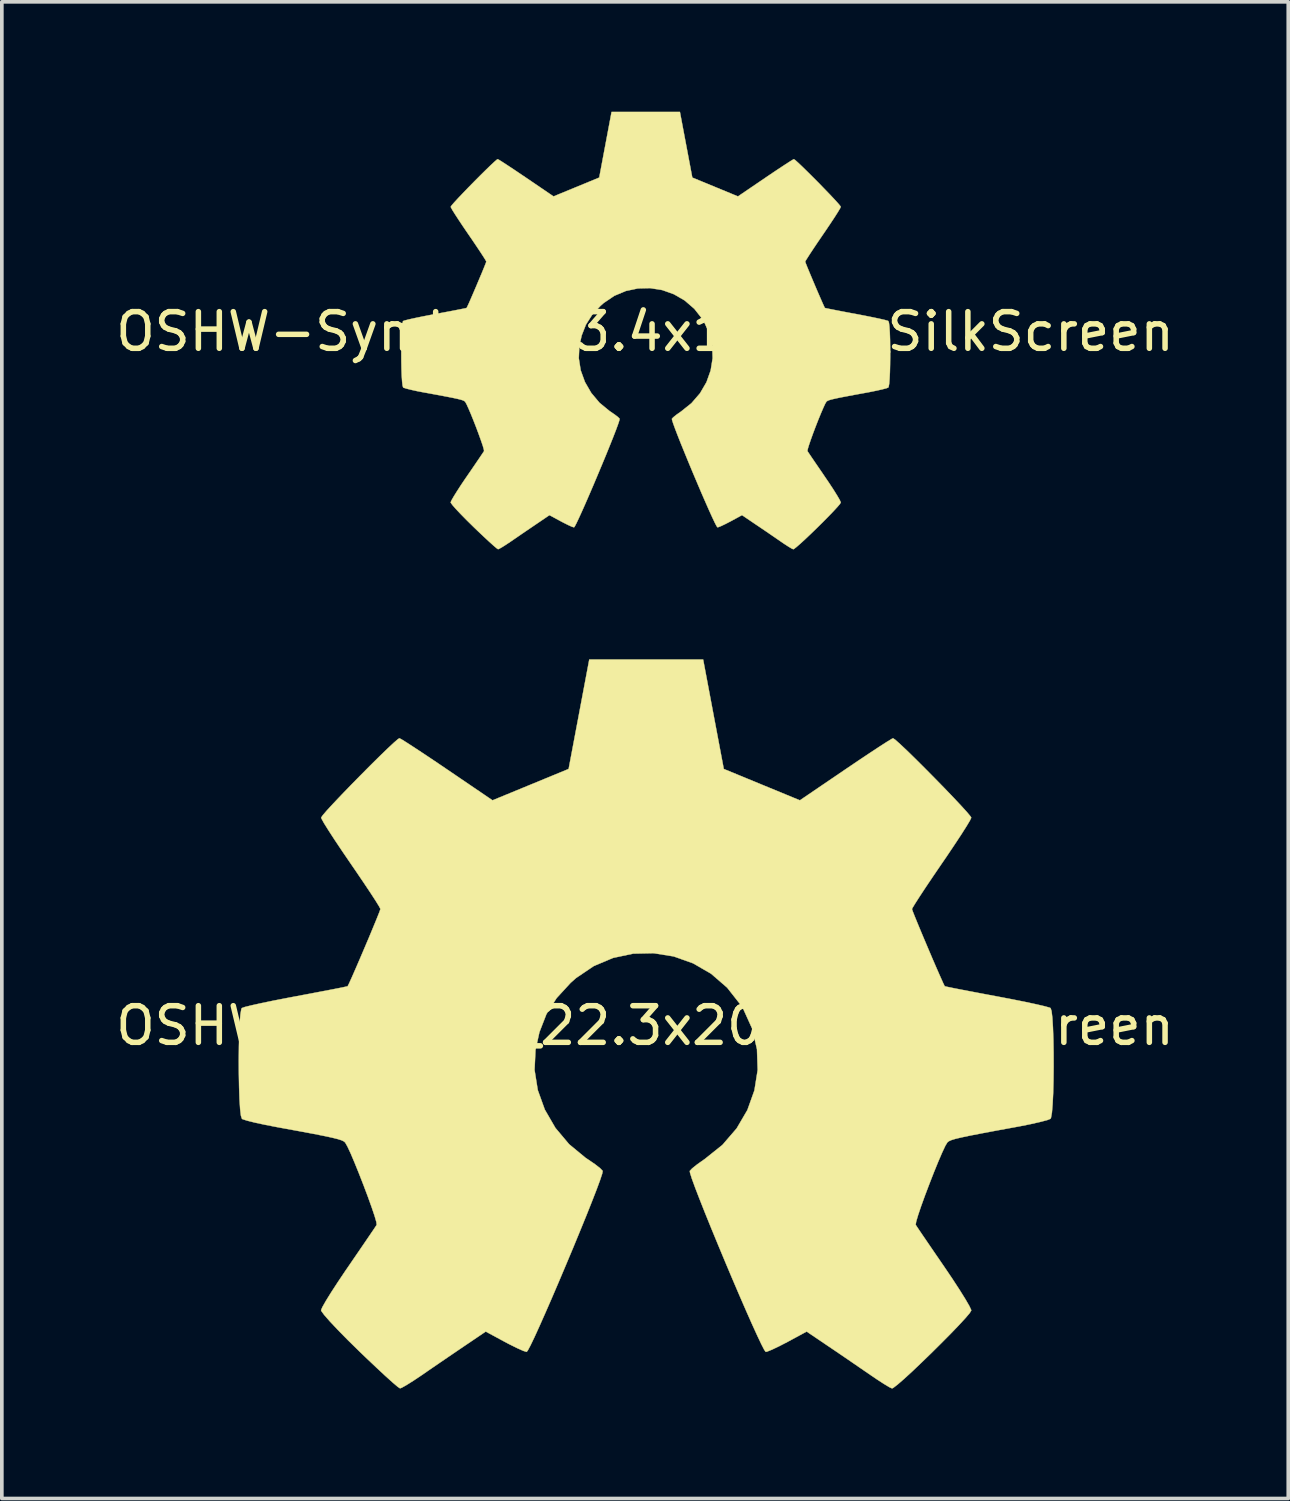
<source format=kicad_pcb>
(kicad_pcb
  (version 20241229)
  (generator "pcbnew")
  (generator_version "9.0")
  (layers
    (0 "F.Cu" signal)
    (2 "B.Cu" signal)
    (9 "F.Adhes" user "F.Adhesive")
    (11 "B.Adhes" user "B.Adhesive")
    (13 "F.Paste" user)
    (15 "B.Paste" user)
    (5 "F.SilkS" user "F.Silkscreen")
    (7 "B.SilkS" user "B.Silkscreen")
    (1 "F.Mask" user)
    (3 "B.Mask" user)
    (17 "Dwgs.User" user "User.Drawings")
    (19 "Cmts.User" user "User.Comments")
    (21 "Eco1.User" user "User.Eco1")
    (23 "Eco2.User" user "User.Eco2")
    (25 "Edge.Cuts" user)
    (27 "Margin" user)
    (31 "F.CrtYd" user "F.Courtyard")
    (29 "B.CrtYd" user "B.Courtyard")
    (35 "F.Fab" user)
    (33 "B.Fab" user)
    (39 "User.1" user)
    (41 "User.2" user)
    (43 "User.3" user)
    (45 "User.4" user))
  (footprint "OSHW-Symbol_13.4x12mm_SilkScreen"
    (layer "F.Cu")
    (at 14.554 6)
    (property "Reference" "OSHW-Symbol_13.4x12mm_SilkScreen" (at 0 0 0) (layer "F.SilkS") (effects (font (size 1 1) (thickness 0.15))))
    (attr exclude_from_pos_files exclude_from_bom)
    (fp_poly (pts (xy 1.12 -5.099) (xy 1.289 -4.204) (xy 1.912 -3.947) (xy 2.535 -3.69) (xy 3.282 -4.198) (xy 3.492 -4.34) (xy 3.681 -4.466) (xy 3.841 -4.571) (xy 3.964 -4.65) (xy 4.04 -4.696) (xy 4.06 -4.706) (xy 4.098 -4.681) (xy 4.177 -4.61) (xy 4.29 -4.503) (xy 4.428 -4.368) (xy 4.581 -4.216) (xy 4.741 -4.055) (xy 4.898 -3.893) (xy 5.045 -3.741) (xy 5.171 -3.607) (xy 5.268 -3.5) (xy 5.327 -3.429) (xy 5.341 -3.406) (xy 5.321 -3.362) (xy 5.264 -3.267) (xy 5.176 -3.128) (xy 5.063 -2.957) (xy 4.932 -2.762) (xy 4.856 -2.651) (xy 4.717 -2.447) (xy 4.594 -2.264) (xy 4.492 -2.109) (xy 4.418 -1.993) (xy 4.376 -1.924) (xy 4.37 -1.909) (xy 4.384 -1.868) (xy 4.422 -1.772) (xy 4.479 -1.634) (xy 4.548 -1.469) (xy 4.624 -1.289) (xy 4.701 -1.108) (xy 4.774 -0.94) (xy 4.836 -0.798) (xy 4.882 -0.696) (xy 4.906 -0.648) (xy 4.907 -0.646) (xy 4.945 -0.637) (xy 5.046 -0.616) (xy 5.2 -0.586) (xy 5.395 -0.548) (xy 5.622 -0.505) (xy 5.755 -0.481) (xy 5.998 -0.434) (xy 6.217 -0.39) (xy 6.402 -0.351) (xy 6.541 -0.319) (xy 6.623 -0.296) (xy 6.639 -0.289) (xy 6.656 -0.24) (xy 6.669 -0.129) (xy 6.679 0.03) (xy 6.686 0.226) (xy 6.689 0.444) (xy 6.69 0.672) (xy 6.687 0.897) (xy 6.682 1.106) (xy 6.673 1.286) (xy 6.662 1.424) (xy 6.647 1.507) (xy 6.638 1.525) (xy 6.586 1.546) (xy 6.474 1.575) (xy 6.318 1.61) (xy 6.133 1.648) (xy 6.069 1.66) (xy 5.757 1.717) (xy 5.511 1.763) (xy 5.322 1.799) (xy 5.183 1.829) (xy 5.084 1.852) (xy 5.018 1.872) (xy 4.978 1.89) (xy 4.953 1.907) (xy 4.95 1.911) (xy 4.916 1.967) (xy 4.865 2.077) (xy 4.801 2.226) (xy 4.729 2.401) (xy 4.655 2.59) (xy 4.584 2.778) (xy 4.521 2.953) (xy 4.471 3.1) (xy 4.439 3.207) (xy 4.431 3.259) (xy 4.432 3.261) (xy 4.46 3.304) (xy 4.524 3.399) (xy 4.616 3.535) (xy 4.732 3.704) (xy 4.862 3.894) (xy 4.899 3.949) (xy 5.032 4.145) (xy 5.149 4.324) (xy 5.243 4.475) (xy 5.309 4.589) (xy 5.34 4.655) (xy 5.341 4.663) (xy 5.316 4.706) (xy 5.244 4.79) (xy 5.136 4.907) (xy 5.001 5.047) (xy 4.848 5.202) (xy 4.685 5.363) (xy 4.524 5.519) (xy 4.371 5.664) (xy 4.238 5.786) (xy 4.132 5.878) (xy 4.064 5.931) (xy 4.045 5.939) (xy 4 5.919) (xy 3.91 5.865) (xy 3.788 5.786) (xy 3.695 5.722) (xy 3.525 5.605) (xy 3.324 5.467) (xy 3.122 5.33) (xy 3.013 5.257) (xy 2.646 5.008) (xy 2.338 5.175) (xy 2.197 5.248) (xy 2.078 5.305) (xy 1.997 5.337) (xy 1.977 5.341) (xy 1.952 5.308) (xy 1.903 5.214) (xy 1.834 5.068) (xy 1.748 4.879) (xy 1.649 4.655) (xy 1.54 4.405) (xy 1.426 4.137) (xy 1.309 3.861) (xy 1.194 3.585) (xy 1.084 3.317) (xy 0.982 3.067) (xy 0.893 2.842) (xy 0.82 2.652) (xy 0.767 2.506) (xy 0.737 2.411) (xy 0.732 2.379) (xy 0.77 2.338) (xy 0.854 2.27) (xy 0.966 2.191) (xy 0.976 2.185) (xy 1.266 1.953) (xy 1.5 1.682) (xy 1.675 1.382) (xy 1.79 1.06) (xy 1.844 0.725) (xy 1.833 0.386) (xy 1.755 0.052) (xy 1.61 -0.269) (xy 1.567 -0.34) (xy 1.344 -0.623) (xy 1.08 -0.851) (xy 0.786 -1.021) (xy 0.469 -1.134) (xy 0.139 -1.187) (xy -0.195 -1.179) (xy -0.523 -1.11) (xy -0.838 -0.978) (xy -1.129 -0.781) (xy -1.219 -0.701) (xy -1.448 -0.452) (xy -1.615 -0.189) (xy -1.73 0.105) (xy -1.794 0.397) (xy -1.809 0.725) (xy -1.757 1.055) (xy -1.641 1.375) (xy -1.468 1.674) (xy -1.243 1.942) (xy -0.971 2.166) (xy -0.935 2.19) (xy -0.822 2.268) (xy -0.736 2.335) (xy -0.694 2.378) (xy -0.694 2.379) (xy -0.703 2.425) (xy -0.738 2.531) (xy -0.795 2.686) (xy -0.872 2.884) (xy -0.964 3.114) (xy -1.067 3.368) (xy -1.179 3.638) (xy -1.295 3.915) (xy -1.411 4.19) (xy -1.525 4.455) (xy -1.632 4.701) (xy -1.729 4.919) (xy -1.812 5.1) (xy -1.877 5.237) (xy -1.921 5.32) (xy -1.939 5.341) (xy -1.994 5.325) (xy -2.096 5.279) (xy -2.228 5.213) (xy -2.3 5.175) (xy -2.609 5.008) (xy -2.976 5.257) (xy -3.163 5.384) (xy -3.369 5.524) (xy -3.561 5.656) (xy -3.657 5.722) (xy -3.793 5.813) (xy -3.907 5.885) (xy -3.986 5.929) (xy -4.012 5.938) (xy -4.049 5.913) (xy -4.132 5.843) (xy -4.252 5.735) (xy -4.401 5.597) (xy -4.572 5.435) (xy -4.68 5.331) (xy -4.868 5.146) (xy -5.031 4.98) (xy -5.162 4.841) (xy -5.254 4.736) (xy -5.301 4.671) (xy -5.305 4.658) (xy -5.284 4.608) (xy -5.227 4.508) (xy -5.139 4.366) (xy -5.028 4.194) (xy -4.899 4.002) (xy -4.862 3.949) (xy -4.728 3.754) (xy -4.608 3.578) (xy -4.509 3.432) (xy -4.437 3.325) (xy -4.398 3.267) (xy -4.394 3.261) (xy -4.4 3.215) (xy -4.429 3.113) (xy -4.478 2.97) (xy -4.54 2.798) (xy -4.61 2.61) (xy -4.684 2.421) (xy -4.756 2.243) (xy -4.821 2.091) (xy -4.874 1.976) (xy -4.91 1.914) (xy -4.913 1.911) (xy -4.935 1.893) (xy -4.972 1.875) (xy -5.032 1.856) (xy -5.124 1.833) (xy -5.255 1.805) (xy -5.434 1.77) (xy -5.668 1.726) (xy -5.967 1.671) (xy -6.031 1.66) (xy -6.223 1.623) (xy -6.39 1.586) (xy -6.517 1.554) (xy -6.591 1.53) (xy -6.601 1.525) (xy -6.617 1.475) (xy -6.63 1.364) (xy -6.641 1.204) (xy -6.648 1.008) (xy -6.652 0.79) (xy -6.653 0.562) (xy -6.65 0.337) (xy -6.645 0.128) (xy -6.637 -0.052) (xy -6.625 -0.189) (xy -6.611 -0.272) (xy -6.602 -0.289) (xy -6.553 -0.306) (xy -6.442 -0.334) (xy -6.279 -0.37) (xy -6.076 -0.412) (xy -5.844 -0.457) (xy -5.718 -0.481) (xy -5.478 -0.526) (xy -5.264 -0.566) (xy -5.086 -0.601) (xy -4.955 -0.627) (xy -4.882 -0.642) (xy -4.87 -0.646) (xy -4.85 -0.685) (xy -4.806 -0.78) (xy -4.746 -0.917) (xy -4.675 -1.082) (xy -4.598 -1.262) (xy -4.522 -1.443) (xy -4.451 -1.611) (xy -4.392 -1.755) (xy -4.351 -1.858) (xy -4.333 -1.909) (xy -4.333 -1.911) (xy -4.353 -1.951) (xy -4.41 -2.043) (xy -4.498 -2.178) (xy -4.611 -2.347) (xy -4.742 -2.541) (xy -4.819 -2.652) (xy -4.958 -2.856) (xy -5.081 -3.041) (xy -5.183 -3.198) (xy -5.258 -3.317) (xy -5.298 -3.39) (xy -5.304 -3.406) (xy -5.279 -3.444) (xy -5.209 -3.525) (xy -5.103 -3.64) (xy -4.971 -3.779) (xy -4.821 -3.935) (xy -4.662 -4.097) (xy -4.503 -4.257) (xy -4.353 -4.405) (xy -4.221 -4.533) (xy -4.115 -4.632) (xy -4.046 -4.692) (xy -4.022 -4.706) (xy -3.984 -4.686) (xy -3.894 -4.63) (xy -3.759 -4.542) (xy -3.589 -4.43) (xy -3.393 -4.298) (xy -3.245 -4.198) (xy -2.498 -3.69) (xy -1.874 -3.947) (xy -1.251 -4.204) (xy -0.914 -5.995) (xy 0.951 -5.995) (xy 1.12 -5.099)) (stroke (width 0.01) (type solid)) (fill yes) (layer "F.SilkS")))
  (footprint "OSHW-Symbol_22.3x20mm_SilkScreen"
    (layer "F.Cu")
    (at 14.554 24.941)
    (property "Reference" "OSHW-Symbol_22.3x20mm_SilkScreen" (at 0 0 0) (layer "F.SilkS") (effects (font (size 1 1) (thickness 0.15))))
    (attr exclude_from_pos_files exclude_from_bom)
    (fp_poly (pts (xy 1.866 -8.499) (xy 2.148 -7.006) (xy 3.186 -6.578) (xy 4.225 -6.15) (xy 5.471 -6.997) (xy 5.82 -7.233) (xy 6.135 -7.443) (xy 6.402 -7.619) (xy 6.606 -7.75) (xy 6.733 -7.827) (xy 6.767 -7.844) (xy 6.83 -7.801) (xy 6.962 -7.683) (xy 7.151 -7.505) (xy 7.38 -7.281) (xy 7.635 -7.027) (xy 7.901 -6.758) (xy 8.164 -6.489) (xy 8.408 -6.235) (xy 8.618 -6.011) (xy 8.78 -5.833) (xy 8.879 -5.715) (xy 8.902 -5.676) (xy 8.868 -5.603) (xy 8.773 -5.444) (xy 8.627 -5.214) (xy 8.439 -4.929) (xy 8.22 -4.603) (xy 8.093 -4.418) (xy 7.862 -4.079) (xy 7.656 -3.773) (xy 7.487 -3.516) (xy 7.363 -3.322) (xy 7.294 -3.207) (xy 7.284 -3.182) (xy 7.307 -3.114) (xy 7.371 -2.953) (xy 7.465 -2.724) (xy 7.58 -2.448) (xy 7.707 -2.148) (xy 7.835 -1.847) (xy 7.956 -1.567) (xy 8.06 -1.331) (xy 8.136 -1.161) (xy 8.176 -1.08) (xy 8.179 -1.076) (xy 8.242 -1.061) (xy 8.41 -1.026) (xy 8.666 -0.976) (xy 8.992 -0.914) (xy 9.371 -0.842) (xy 9.591 -0.801) (xy 9.996 -0.724) (xy 10.362 -0.651) (xy 10.669 -0.585) (xy 10.901 -0.531) (xy 11.038 -0.493) (xy 11.066 -0.481) (xy 11.093 -0.4) (xy 11.115 -0.215) (xy 11.131 0.051) (xy 11.143 0.376) (xy 11.149 0.74) (xy 11.15 1.12) (xy 11.146 1.495) (xy 11.137 1.843) (xy 11.122 2.143) (xy 11.103 2.373) (xy 11.078 2.512) (xy 11.064 2.541) (xy 10.976 2.576) (xy 10.79 2.625) (xy 10.531 2.684) (xy 10.222 2.746) (xy 10.114 2.766) (xy 9.595 2.861) (xy 9.185 2.938) (xy 8.87 2.999) (xy 8.638 3.048) (xy 8.473 3.087) (xy 8.364 3.12) (xy 8.296 3.15) (xy 8.256 3.179) (xy 8.25 3.185) (xy 8.194 3.278) (xy 8.108 3.461) (xy 8.001 3.71) (xy 7.882 4.002) (xy 7.759 4.317) (xy 7.64 4.631) (xy 7.535 4.921) (xy 7.452 5.167) (xy 7.399 5.345) (xy 7.385 5.432) (xy 7.386 5.435) (xy 7.433 5.507) (xy 7.539 5.665) (xy 7.694 5.892) (xy 7.886 6.173) (xy 8.104 6.491) (xy 8.166 6.581) (xy 8.387 6.908) (xy 8.581 7.206) (xy 8.739 7.459) (xy 8.849 7.649) (xy 8.9 7.759) (xy 8.902 7.772) (xy 8.859 7.843) (xy 8.74 7.983) (xy 8.56 8.178) (xy 8.335 8.412) (xy 8.079 8.67) (xy 7.809 8.938) (xy 7.539 9.199) (xy 7.286 9.44) (xy 7.063 9.644) (xy 6.887 9.797) (xy 6.773 9.884) (xy 6.741 9.899) (xy 6.667 9.865) (xy 6.517 9.775) (xy 6.314 9.643) (xy 6.158 9.537) (xy 5.874 9.342) (xy 5.539 9.112) (xy 5.203 8.883) (xy 5.022 8.761) (xy 4.41 8.347) (xy 3.896 8.625) (xy 3.662 8.746) (xy 3.463 8.841) (xy 3.329 8.895) (xy 3.294 8.902) (xy 3.253 8.847) (xy 3.172 8.69) (xy 3.057 8.447) (xy 2.913 8.131) (xy 2.748 7.758) (xy 2.567 7.341) (xy 2.376 6.895) (xy 2.182 6.435) (xy 1.99 5.974) (xy 1.806 5.528) (xy 1.637 5.111) (xy 1.489 4.737) (xy 1.367 4.421) (xy 1.278 4.177) (xy 1.228 4.019) (xy 1.22 3.965) (xy 1.284 3.896) (xy 1.424 3.784) (xy 1.611 3.652) (xy 1.626 3.642) (xy 2.11 3.255) (xy 2.499 2.804) (xy 2.792 2.303) (xy 2.984 1.766) (xy 3.073 1.208) (xy 3.054 0.643) (xy 2.925 0.086) (xy 2.683 -0.449) (xy 2.611 -0.566) (xy 2.24 -1.038) (xy 1.801 -1.418) (xy 1.31 -1.702) (xy 0.782 -1.89) (xy 0.232 -1.978) (xy -0.325 -1.966) (xy -0.872 -1.85) (xy -1.397 -1.629) (xy -1.882 -1.302) (xy -2.032 -1.169) (xy -2.414 -0.753) (xy -2.692 -0.315) (xy -2.883 0.176) (xy -2.99 0.662) (xy -3.016 1.208) (xy -2.928 1.758) (xy -2.736 2.291) (xy -2.447 2.79) (xy -2.072 3.236) (xy -1.618 3.611) (xy -1.558 3.65) (xy -1.369 3.779) (xy -1.226 3.891) (xy -1.157 3.963) (xy -1.156 3.965) (xy -1.171 4.042) (xy -1.229 4.218) (xy -1.325 4.477) (xy -1.453 4.806) (xy -1.606 5.19) (xy -1.779 5.614) (xy -1.964 6.063) (xy -2.158 6.525) (xy -2.352 6.984) (xy -2.541 7.425) (xy -2.72 7.835) (xy -2.881 8.198) (xy -3.019 8.501) (xy -3.128 8.728) (xy -3.202 8.866) (xy -3.232 8.902) (xy -3.323 8.874) (xy -3.493 8.798) (xy -3.713 8.689) (xy -3.834 8.625) (xy -4.348 8.347) (xy -4.96 8.761) (xy -5.272 8.973) (xy -5.614 9.206) (xy -5.935 9.426) (xy -6.095 9.537) (xy -6.321 9.688) (xy -6.512 9.808) (xy -6.644 9.882) (xy -6.687 9.897) (xy -6.749 9.856) (xy -6.887 9.739) (xy -7.087 9.559) (xy -7.335 9.328) (xy -7.619 9.059) (xy -7.799 8.886) (xy -8.114 8.577) (xy -8.385 8.301) (xy -8.603 8.069) (xy -8.757 7.893) (xy -8.835 7.786) (xy -8.842 7.764) (xy -8.807 7.681) (xy -8.712 7.513) (xy -8.566 7.277) (xy -8.38 6.991) (xy -8.165 6.67) (xy -8.103 6.581) (xy -7.881 6.256) (xy -7.681 5.964) (xy -7.515 5.72) (xy -7.394 5.542) (xy -7.33 5.445) (xy -7.324 5.435) (xy -7.333 5.358) (xy -7.382 5.189) (xy -7.463 4.95) (xy -7.566 4.663) (xy -7.684 4.35) (xy -7.807 4.035) (xy -7.927 3.739) (xy -8.035 3.484) (xy -8.124 3.294) (xy -8.184 3.19) (xy -8.188 3.185) (xy -8.224 3.155) (xy -8.286 3.126) (xy -8.387 3.094) (xy -8.539 3.056) (xy -8.758 3.009) (xy -9.056 2.95) (xy -9.447 2.877) (xy -9.944 2.786) (xy -10.052 2.766) (xy -10.371 2.704) (xy -10.65 2.644) (xy -10.862 2.591) (xy -10.985 2.551) (xy -11.001 2.541) (xy -11.029 2.458) (xy -11.051 2.273) (xy -11.068 2.006) (xy -11.079 1.68) (xy -11.086 1.316) (xy -11.088 0.936) (xy -11.084 0.561) (xy -11.075 0.213) (xy -11.062 -0.086) (xy -11.042 -0.315) (xy -11.018 -0.453) (xy -11.004 -0.481) (xy -10.922 -0.51) (xy -10.736 -0.556) (xy -10.465 -0.616) (xy -10.127 -0.686) (xy -9.74 -0.761) (xy -9.529 -0.801) (xy -9.129 -0.876) (xy -8.773 -0.944) (xy -8.477 -1.001) (xy -8.259 -1.044) (xy -8.137 -1.071) (xy -8.117 -1.076) (xy -8.083 -1.142) (xy -8.011 -1.3) (xy -7.911 -1.528) (xy -7.792 -1.803) (xy -7.664 -2.103) (xy -7.536 -2.404) (xy -7.419 -2.686) (xy -7.321 -2.924) (xy -7.252 -3.097) (xy -7.222 -3.182) (xy -7.222 -3.185) (xy -7.256 -3.252) (xy -7.351 -3.406) (xy -7.497 -3.631) (xy -7.685 -3.912) (xy -7.904 -4.235) (xy -8.031 -4.42) (xy -8.263 -4.76) (xy -8.469 -5.068) (xy -8.639 -5.33) (xy -8.763 -5.529) (xy -8.83 -5.65) (xy -8.84 -5.677) (xy -8.798 -5.74) (xy -8.682 -5.875) (xy -8.506 -6.066) (xy -8.285 -6.299) (xy -8.035 -6.558) (xy -7.77 -6.828) (xy -7.505 -7.095) (xy -7.255 -7.342) (xy -7.034 -7.556) (xy -6.859 -7.72) (xy -6.743 -7.82) (xy -6.704 -7.844) (xy -6.641 -7.811) (xy -6.489 -7.716) (xy -6.265 -7.57) (xy -5.982 -7.383) (xy -5.655 -7.164) (xy -5.409 -6.997) (xy -4.163 -6.15) (xy -3.124 -6.578) (xy -2.086 -7.006) (xy -1.804 -8.499) (xy -1.523 -9.992) (xy 1.585 -9.992) (xy 1.866 -8.499)) (stroke (width 0.01) (type solid)) (fill yes) (layer "F.SilkS")))
  (gr_rect
    (start -3 -3)
    (end 32.107 37.845)
    (stroke (width 0.1) (type default))
    (fill no)
    (layer "Edge.Cuts")))
</source>
